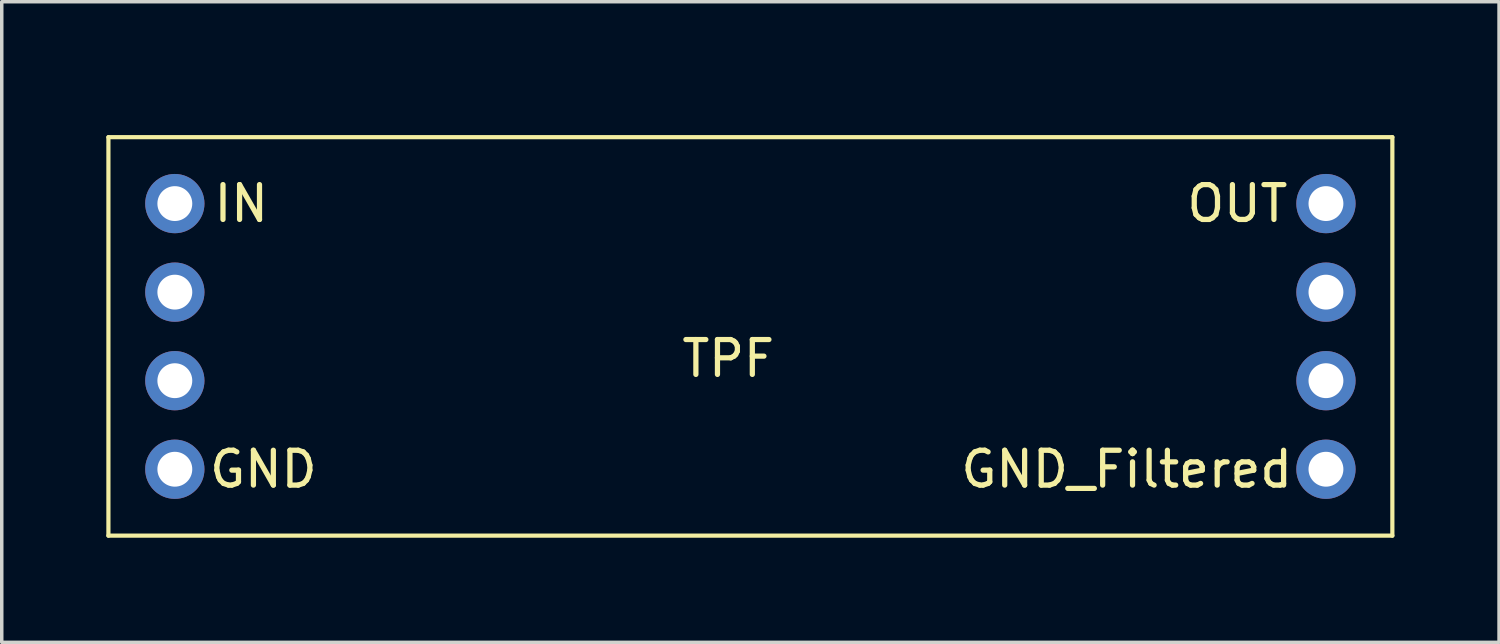
<source format=kicad_pcb>
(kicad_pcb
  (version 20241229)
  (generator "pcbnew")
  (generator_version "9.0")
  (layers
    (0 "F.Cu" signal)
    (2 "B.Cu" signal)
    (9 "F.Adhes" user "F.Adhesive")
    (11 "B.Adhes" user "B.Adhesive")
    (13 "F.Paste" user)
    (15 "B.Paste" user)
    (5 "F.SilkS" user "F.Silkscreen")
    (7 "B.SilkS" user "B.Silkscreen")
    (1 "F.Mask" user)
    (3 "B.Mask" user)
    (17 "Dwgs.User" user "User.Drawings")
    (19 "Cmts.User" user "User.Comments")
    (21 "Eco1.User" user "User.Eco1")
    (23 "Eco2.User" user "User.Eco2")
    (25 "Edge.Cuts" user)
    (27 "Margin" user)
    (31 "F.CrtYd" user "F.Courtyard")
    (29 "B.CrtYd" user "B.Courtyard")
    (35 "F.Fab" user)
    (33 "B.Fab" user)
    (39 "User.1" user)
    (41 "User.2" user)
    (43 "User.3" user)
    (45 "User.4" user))
  (footprint "TPF"
    (layer "F.Cu")
    (at 1.965 0.25)
    (property "Reference" "TPF" (at 15.875 6.985 0) (layer "F.SilkS") (effects (font (size 1 1) (thickness 0.15))))
    (attr through_hole)
    (fp_line (start -1.905 0.635) (end -1.905 12.065) (stroke (width 0.12) (type solid)) (layer "F.SilkS"))
    (fp_line (start -1.905 12.065) (end 34.925 12.065) (stroke (width 0.12) (type solid)) (layer "F.SilkS"))
    (fp_line (start 34.925 0.635) (end -1.905 0.635) (stroke (width 0.12) (type solid)) (layer "F.SilkS"))
    (fp_line (start 34.925 12.065) (end 34.925 0.635) (stroke (width 0.12) (type solid)) (layer "F.SilkS"))
    (fp_text user "OUT" (at 30.48 2.54 0) (layer "F.SilkS") (effects (font (size 1 1) (thickness 0.15))))
    (fp_text user "IN" (at 1.905 2.54 0) (layer "F.SilkS") (effects (font (size 1 1) (thickness 0.15))))
    (fp_text user "GND" (at 2.54 10.16 0) (layer "F.SilkS") (effects (font (size 1 1) (thickness 0.15))))
    (fp_text user "GND_Filtered" (at 27.305 10.16 0) (layer "F.SilkS") (effects (font (size 1 1) (thickness 0.15))))
    (pad "1" thru_hole oval (at 0 2.54) (size 1.7 1.7) (drill 1) (layers "*.Cu" "*.Mask"))
    (pad "2" thru_hole circle (at 0 5.08) (size 1.7 1.7) (drill 1) (layers "*.Cu" "*.Mask"))
    (pad "3" thru_hole circle (at 0 7.62) (size 1.7 1.7) (drill 1) (layers "*.Cu" "*.Mask"))
    (pad "4" thru_hole circle (at 0 10.16) (size 1.7 1.7) (drill 1) (layers "*.Cu" "*.Mask"))
    (pad "5" thru_hole circle (at 33.02 10.16) (size 1.7 1.7) (drill 1) (layers "*.Cu" "*.Mask"))
    (pad "6" thru_hole circle (at 33.02 7.62) (size 1.7 1.7) (drill 1) (layers "*.Cu" "*.Mask"))
    (pad "7" thru_hole circle (at 33.02 5.08) (size 1.7 1.7) (drill 1) (layers "*.Cu" "*.Mask"))
    (pad "8" thru_hole oval (at 33.02 2.54) (size 1.7 1.7) (drill 1) (layers "*.Cu" "*.Mask")))
  (gr_rect
    (start -3 -3)
    (end 39.95 15.375)
    (stroke (width 0.1) (type default))
    (fill no)
    (layer "Edge.Cuts")))
</source>
